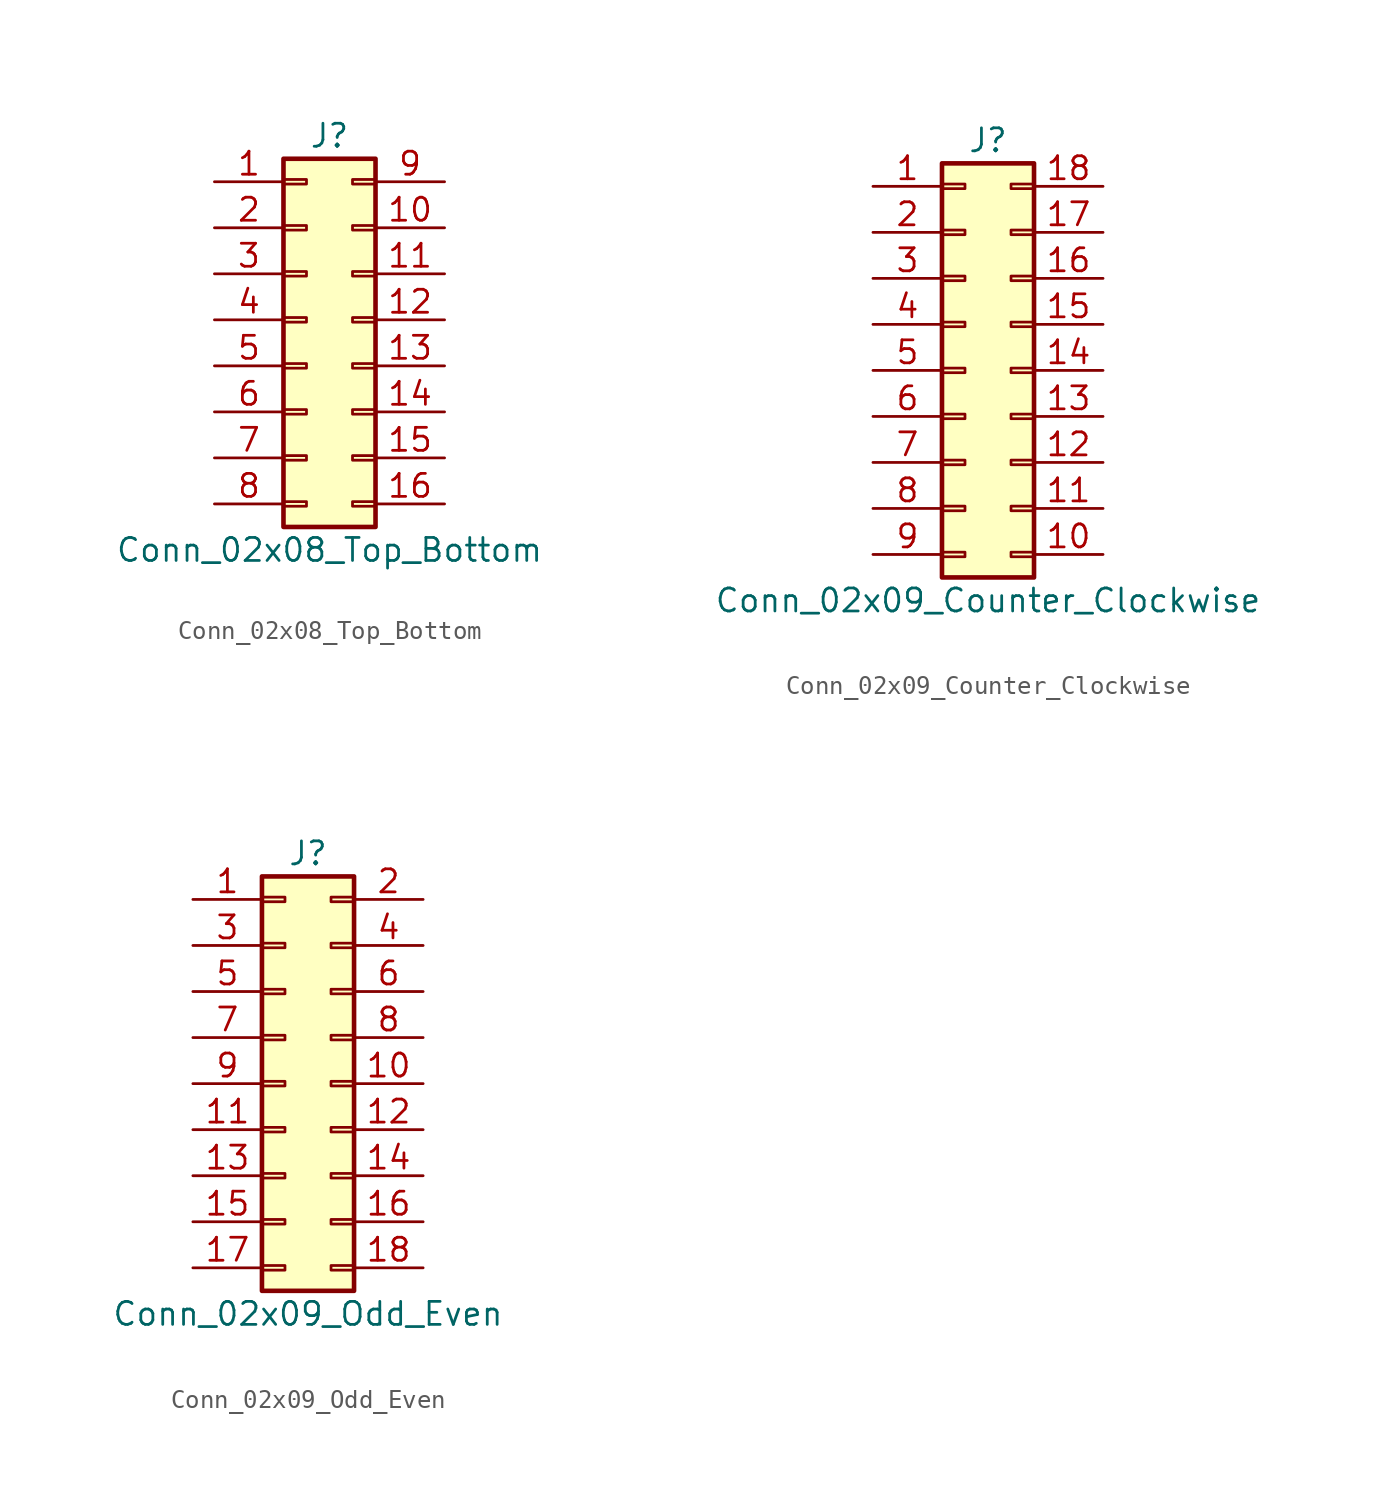
<source format=kicad_sym>
(kicad_symbol_lib
  (version 20201005)
  (generator kicad_symbol_editor)
  (symbol "Conn_02x08_Top_Bottom"
    (pin_names
      (offset 1.016) hide)
    (property "Reference" "J"
      (at 1.27 10.16 0)
      (effects (font (size 1.27 1.27))))
    (property "Value" "Conn_02x08_Top_Bottom"
      (at 1.27 -12.7 0)
      (effects (font (size 1.27 1.27))))
    (symbol "Conn_02x08_Top_Bottom_1_1"
      (rectangle (start -1.27 -10.033) (end 0 -10.287) (stroke (width 0.152)) (fill (type none)))
      (rectangle (start -1.27 -7.493) (end 0 -7.747) (stroke (width 0.152)) (fill (type none)))
      (rectangle (start -1.27 -4.953) (end 0 -5.207) (stroke (width 0.152)) (fill (type none)))
      (rectangle (start -1.27 -2.413) (end 0 -2.667) (stroke (width 0.152)) (fill (type none)))
      (rectangle (start -1.27 0.127) (end 0 -0.127) (stroke (width 0.152)) (fill (type none)))
      (rectangle (start -1.27 2.667) (end 0 2.413) (stroke (width 0.152)) (fill (type none)))
      (rectangle (start -1.27 5.207) (end 0 4.953) (stroke (width 0.152)) (fill (type none)))
      (rectangle (start -1.27 7.747) (end 0 7.493) (stroke (width 0.152)) (fill (type none)))
      (rectangle (start 3.81 -10.033) (end 2.54 -10.287) (stroke (width 0.152)) (fill (type none)))
      (rectangle (start 3.81 -7.493) (end 2.54 -7.747) (stroke (width 0.152)) (fill (type none)))
      (rectangle (start 3.81 -4.953) (end 2.54 -5.207) (stroke (width 0.152)) (fill (type none)))
      (rectangle (start 3.81 -2.413) (end 2.54 -2.667) (stroke (width 0.152)) (fill (type none)))
      (rectangle (start 3.81 0.127) (end 2.54 -0.127) (stroke (width 0.152)) (fill (type none)))
      (rectangle (start 3.81 2.667) (end 2.54 2.413) (stroke (width 0.152)) (fill (type none)))
      (rectangle (start 3.81 5.207) (end 2.54 4.953) (stroke (width 0.152)) (fill (type none)))
      (rectangle (start 3.81 7.747) (end 2.54 7.493) (stroke (width 0.152)) (fill (type none)))
      (rectangle (start -1.27 8.89) (end 3.81 -11.43) (stroke (width 0.254)) (fill (type background)))
      (pin passive line (at -5.08 7.62 0) (length 3.81) (name "Pin_1" (effects (font (size 1.27 1.27)))) (number "1" (effects (font (size 1.27 1.27)))))
      (pin passive line (at 7.62 5.08 180) (length 3.81) (name "Pin_10" (effects (font (size 1.27 1.27)))) (number "10" (effects (font (size 1.27 1.27)))))
      (pin passive line (at 7.62 2.54 180) (length 3.81) (name "Pin_11" (effects (font (size 1.27 1.27)))) (number "11" (effects (font (size 1.27 1.27)))))
      (pin passive line (at 7.62 0 180) (length 3.81) (name "Pin_12" (effects (font (size 1.27 1.27)))) (number "12" (effects (font (size 1.27 1.27)))))
      (pin passive line (at 7.62 -2.54 180) (length 3.81) (name "Pin_13" (effects (font (size 1.27 1.27)))) (number "13" (effects (font (size 1.27 1.27)))))
      (pin passive line (at 7.62 -5.08 180) (length 3.81) (name "Pin_14" (effects (font (size 1.27 1.27)))) (number "14" (effects (font (size 1.27 1.27)))))
      (pin passive line (at 7.62 -7.62 180) (length 3.81) (name "Pin_15" (effects (font (size 1.27 1.27)))) (number "15" (effects (font (size 1.27 1.27)))))
      (pin passive line (at 7.62 -10.16 180) (length 3.81) (name "Pin_16" (effects (font (size 1.27 1.27)))) (number "16" (effects (font (size 1.27 1.27)))))
      (pin passive line (at -5.08 5.08 0) (length 3.81) (name "Pin_2" (effects (font (size 1.27 1.27)))) (number "2" (effects (font (size 1.27 1.27)))))
      (pin passive line (at -5.08 2.54 0) (length 3.81) (name "Pin_3" (effects (font (size 1.27 1.27)))) (number "3" (effects (font (size 1.27 1.27)))))
      (pin passive line (at -5.08 0 0) (length 3.81) (name "Pin_4" (effects (font (size 1.27 1.27)))) (number "4" (effects (font (size 1.27 1.27)))))
      (pin passive line (at -5.08 -2.54 0) (length 3.81) (name "Pin_5" (effects (font (size 1.27 1.27)))) (number "5" (effects (font (size 1.27 1.27)))))
      (pin passive line (at -5.08 -5.08 0) (length 3.81) (name "Pin_6" (effects (font (size 1.27 1.27)))) (number "6" (effects (font (size 1.27 1.27)))))
      (pin passive line (at -5.08 -7.62 0) (length 3.81) (name "Pin_7" (effects (font (size 1.27 1.27)))) (number "7" (effects (font (size 1.27 1.27)))))
      (pin passive line (at -5.08 -10.16 0) (length 3.81) (name "Pin_8" (effects (font (size 1.27 1.27)))) (number "8" (effects (font (size 1.27 1.27)))))
      (pin passive line (at 7.62 7.62 180) (length 3.81) (name "Pin_9" (effects (font (size 1.27 1.27)))) (number "9" (effects (font (size 1.27 1.27)))))))
  (symbol "Conn_02x09_Counter_Clockwise"
    (pin_names
      (offset 1.016) hide)
    (property "Reference" "J"
      (at 1.27 12.7 0)
      (effects (font (size 1.27 1.27))))
    (property "Value" "Conn_02x09_Counter_Clockwise"
      (at 1.27 -12.7 0)
      (effects (font (size 1.27 1.27))))
    (symbol "Conn_02x09_Counter_Clockwise_1_1"
      (rectangle (start -1.27 -10.033) (end 0 -10.287) (stroke (width 0.152)) (fill (type none)))
      (rectangle (start -1.27 -7.493) (end 0 -7.747) (stroke (width 0.152)) (fill (type none)))
      (rectangle (start -1.27 -4.953) (end 0 -5.207) (stroke (width 0.152)) (fill (type none)))
      (rectangle (start -1.27 -2.413) (end 0 -2.667) (stroke (width 0.152)) (fill (type none)))
      (rectangle (start -1.27 0.127) (end 0 -0.127) (stroke (width 0.152)) (fill (type none)))
      (rectangle (start -1.27 2.667) (end 0 2.413) (stroke (width 0.152)) (fill (type none)))
      (rectangle (start -1.27 5.207) (end 0 4.953) (stroke (width 0.152)) (fill (type none)))
      (rectangle (start -1.27 7.747) (end 0 7.493) (stroke (width 0.152)) (fill (type none)))
      (rectangle (start -1.27 10.287) (end 0 10.033) (stroke (width 0.152)) (fill (type none)))
      (rectangle (start 3.81 -10.033) (end 2.54 -10.287) (stroke (width 0.152)) (fill (type none)))
      (rectangle (start 3.81 -7.493) (end 2.54 -7.747) (stroke (width 0.152)) (fill (type none)))
      (rectangle (start 3.81 -4.953) (end 2.54 -5.207) (stroke (width 0.152)) (fill (type none)))
      (rectangle (start 3.81 -2.413) (end 2.54 -2.667) (stroke (width 0.152)) (fill (type none)))
      (rectangle (start 3.81 0.127) (end 2.54 -0.127) (stroke (width 0.152)) (fill (type none)))
      (rectangle (start 3.81 2.667) (end 2.54 2.413) (stroke (width 0.152)) (fill (type none)))
      (rectangle (start 3.81 5.207) (end 2.54 4.953) (stroke (width 0.152)) (fill (type none)))
      (rectangle (start 3.81 7.747) (end 2.54 7.493) (stroke (width 0.152)) (fill (type none)))
      (rectangle (start 3.81 10.287) (end 2.54 10.033) (stroke (width 0.152)) (fill (type none)))
      (rectangle (start -1.27 11.43) (end 3.81 -11.43) (stroke (width 0.254)) (fill (type background)))
      (pin passive line (at -5.08 10.16 0) (length 3.81) (name "Pin_1" (effects (font (size 1.27 1.27)))) (number "1" (effects (font (size 1.27 1.27)))))
      (pin passive line (at 7.62 -10.16 180) (length 3.81) (name "Pin_10" (effects (font (size 1.27 1.27)))) (number "10" (effects (font (size 1.27 1.27)))))
      (pin passive line (at 7.62 -7.62 180) (length 3.81) (name "Pin_11" (effects (font (size 1.27 1.27)))) (number "11" (effects (font (size 1.27 1.27)))))
      (pin passive line (at 7.62 -5.08 180) (length 3.81) (name "Pin_12" (effects (font (size 1.27 1.27)))) (number "12" (effects (font (size 1.27 1.27)))))
      (pin passive line (at 7.62 -2.54 180) (length 3.81) (name "Pin_13" (effects (font (size 1.27 1.27)))) (number "13" (effects (font (size 1.27 1.27)))))
      (pin passive line (at 7.62 0 180) (length 3.81) (name "Pin_14" (effects (font (size 1.27 1.27)))) (number "14" (effects (font (size 1.27 1.27)))))
      (pin passive line (at 7.62 2.54 180) (length 3.81) (name "Pin_15" (effects (font (size 1.27 1.27)))) (number "15" (effects (font (size 1.27 1.27)))))
      (pin passive line (at 7.62 5.08 180) (length 3.81) (name "Pin_16" (effects (font (size 1.27 1.27)))) (number "16" (effects (font (size 1.27 1.27)))))
      (pin passive line (at 7.62 7.62 180) (length 3.81) (name "Pin_17" (effects (font (size 1.27 1.27)))) (number "17" (effects (font (size 1.27 1.27)))))
      (pin passive line (at 7.62 10.16 180) (length 3.81) (name "Pin_18" (effects (font (size 1.27 1.27)))) (number "18" (effects (font (size 1.27 1.27)))))
      (pin passive line (at -5.08 7.62 0) (length 3.81) (name "Pin_2" (effects (font (size 1.27 1.27)))) (number "2" (effects (font (size 1.27 1.27)))))
      (pin passive line (at -5.08 5.08 0) (length 3.81) (name "Pin_3" (effects (font (size 1.27 1.27)))) (number "3" (effects (font (size 1.27 1.27)))))
      (pin passive line (at -5.08 2.54 0) (length 3.81) (name "Pin_4" (effects (font (size 1.27 1.27)))) (number "4" (effects (font (size 1.27 1.27)))))
      (pin passive line (at -5.08 0 0) (length 3.81) (name "Pin_5" (effects (font (size 1.27 1.27)))) (number "5" (effects (font (size 1.27 1.27)))))
      (pin passive line (at -5.08 -2.54 0) (length 3.81) (name "Pin_6" (effects (font (size 1.27 1.27)))) (number "6" (effects (font (size 1.27 1.27)))))
      (pin passive line (at -5.08 -5.08 0) (length 3.81) (name "Pin_7" (effects (font (size 1.27 1.27)))) (number "7" (effects (font (size 1.27 1.27)))))
      (pin passive line (at -5.08 -7.62 0) (length 3.81) (name "Pin_8" (effects (font (size 1.27 1.27)))) (number "8" (effects (font (size 1.27 1.27)))))
      (pin passive line (at -5.08 -10.16 0) (length 3.81) (name "Pin_9" (effects (font (size 1.27 1.27)))) (number "9" (effects (font (size 1.27 1.27)))))))
  (symbol "Conn_02x09_Odd_Even"
    (pin_names
      (offset 1.016) hide)
    (property "Reference" "J"
      (at 1.27 12.7 0)
      (effects (font (size 1.27 1.27))))
    (property "Value" "Conn_02x09_Odd_Even"
      (at 1.27 -12.7 0)
      (effects (font (size 1.27 1.27))))
    (symbol "Conn_02x09_Odd_Even_1_1"
      (rectangle (start -1.27 -10.033) (end 0 -10.287) (stroke (width 0.152)) (fill (type none)))
      (rectangle (start -1.27 -7.493) (end 0 -7.747) (stroke (width 0.152)) (fill (type none)))
      (rectangle (start -1.27 -4.953) (end 0 -5.207) (stroke (width 0.152)) (fill (type none)))
      (rectangle (start -1.27 -2.413) (end 0 -2.667) (stroke (width 0.152)) (fill (type none)))
      (rectangle (start -1.27 0.127) (end 0 -0.127) (stroke (width 0.152)) (fill (type none)))
      (rectangle (start -1.27 2.667) (end 0 2.413) (stroke (width 0.152)) (fill (type none)))
      (rectangle (start -1.27 5.207) (end 0 4.953) (stroke (width 0.152)) (fill (type none)))
      (rectangle (start -1.27 7.747) (end 0 7.493) (stroke (width 0.152)) (fill (type none)))
      (rectangle (start -1.27 10.287) (end 0 10.033) (stroke (width 0.152)) (fill (type none)))
      (rectangle (start 3.81 -10.033) (end 2.54 -10.287) (stroke (width 0.152)) (fill (type none)))
      (rectangle (start 3.81 -7.493) (end 2.54 -7.747) (stroke (width 0.152)) (fill (type none)))
      (rectangle (start 3.81 -4.953) (end 2.54 -5.207) (stroke (width 0.152)) (fill (type none)))
      (rectangle (start 3.81 -2.413) (end 2.54 -2.667) (stroke (width 0.152)) (fill (type none)))
      (rectangle (start 3.81 0.127) (end 2.54 -0.127) (stroke (width 0.152)) (fill (type none)))
      (rectangle (start 3.81 2.667) (end 2.54 2.413) (stroke (width 0.152)) (fill (type none)))
      (rectangle (start 3.81 5.207) (end 2.54 4.953) (stroke (width 0.152)) (fill (type none)))
      (rectangle (start 3.81 7.747) (end 2.54 7.493) (stroke (width 0.152)) (fill (type none)))
      (rectangle (start 3.81 10.287) (end 2.54 10.033) (stroke (width 0.152)) (fill (type none)))
      (rectangle (start -1.27 11.43) (end 3.81 -11.43) (stroke (width 0.254)) (fill (type background)))
      (pin passive line (at -5.08 10.16 0) (length 3.81) (name "Pin_1" (effects (font (size 1.27 1.27)))) (number "1" (effects (font (size 1.27 1.27)))))
      (pin passive line (at 7.62 0 180) (length 3.81) (name "Pin_10" (effects (font (size 1.27 1.27)))) (number "10" (effects (font (size 1.27 1.27)))))
      (pin passive line (at -5.08 -2.54 0) (length 3.81) (name "Pin_11" (effects (font (size 1.27 1.27)))) (number "11" (effects (font (size 1.27 1.27)))))
      (pin passive line (at 7.62 -2.54 180) (length 3.81) (name "Pin_12" (effects (font (size 1.27 1.27)))) (number "12" (effects (font (size 1.27 1.27)))))
      (pin passive line (at -5.08 -5.08 0) (length 3.81) (name "Pin_13" (effects (font (size 1.27 1.27)))) (number "13" (effects (font (size 1.27 1.27)))))
      (pin passive line (at 7.62 -5.08 180) (length 3.81) (name "Pin_14" (effects (font (size 1.27 1.27)))) (number "14" (effects (font (size 1.27 1.27)))))
      (pin passive line (at -5.08 -7.62 0) (length 3.81) (name "Pin_15" (effects (font (size 1.27 1.27)))) (number "15" (effects (font (size 1.27 1.27)))))
      (pin passive line (at 7.62 -7.62 180) (length 3.81) (name "Pin_16" (effects (font (size 1.27 1.27)))) (number "16" (effects (font (size 1.27 1.27)))))
      (pin passive line (at -5.08 -10.16 0) (length 3.81) (name "Pin_17" (effects (font (size 1.27 1.27)))) (number "17" (effects (font (size 1.27 1.27)))))
      (pin passive line (at 7.62 -10.16 180) (length 3.81) (name "Pin_18" (effects (font (size 1.27 1.27)))) (number "18" (effects (font (size 1.27 1.27)))))
      (pin passive line (at 7.62 10.16 180) (length 3.81) (name "Pin_2" (effects (font (size 1.27 1.27)))) (number "2" (effects (font (size 1.27 1.27)))))
      (pin passive line (at -5.08 7.62 0) (length 3.81) (name "Pin_3" (effects (font (size 1.27 1.27)))) (number "3" (effects (font (size 1.27 1.27)))))
      (pin passive line (at 7.62 7.62 180) (length 3.81) (name "Pin_4" (effects (font (size 1.27 1.27)))) (number "4" (effects (font (size 1.27 1.27)))))
      (pin passive line (at -5.08 5.08 0) (length 3.81) (name "Pin_5" (effects (font (size 1.27 1.27)))) (number "5" (effects (font (size 1.27 1.27)))))
      (pin passive line (at 7.62 5.08 180) (length 3.81) (name "Pin_6" (effects (font (size 1.27 1.27)))) (number "6" (effects (font (size 1.27 1.27)))))
      (pin passive line (at -5.08 2.54 0) (length 3.81) (name "Pin_7" (effects (font (size 1.27 1.27)))) (number "7" (effects (font (size 1.27 1.27)))))
      (pin passive line (at 7.62 2.54 180) (length 3.81) (name "Pin_8" (effects (font (size 1.27 1.27)))) (number "8" (effects (font (size 1.27 1.27)))))
      (pin passive line (at -5.08 0 0) (length 3.81) (name "Pin_9" (effects (font (size 1.27 1.27)))) (number "9" (effects (font (size 1.27 1.27))))))))
</source>
